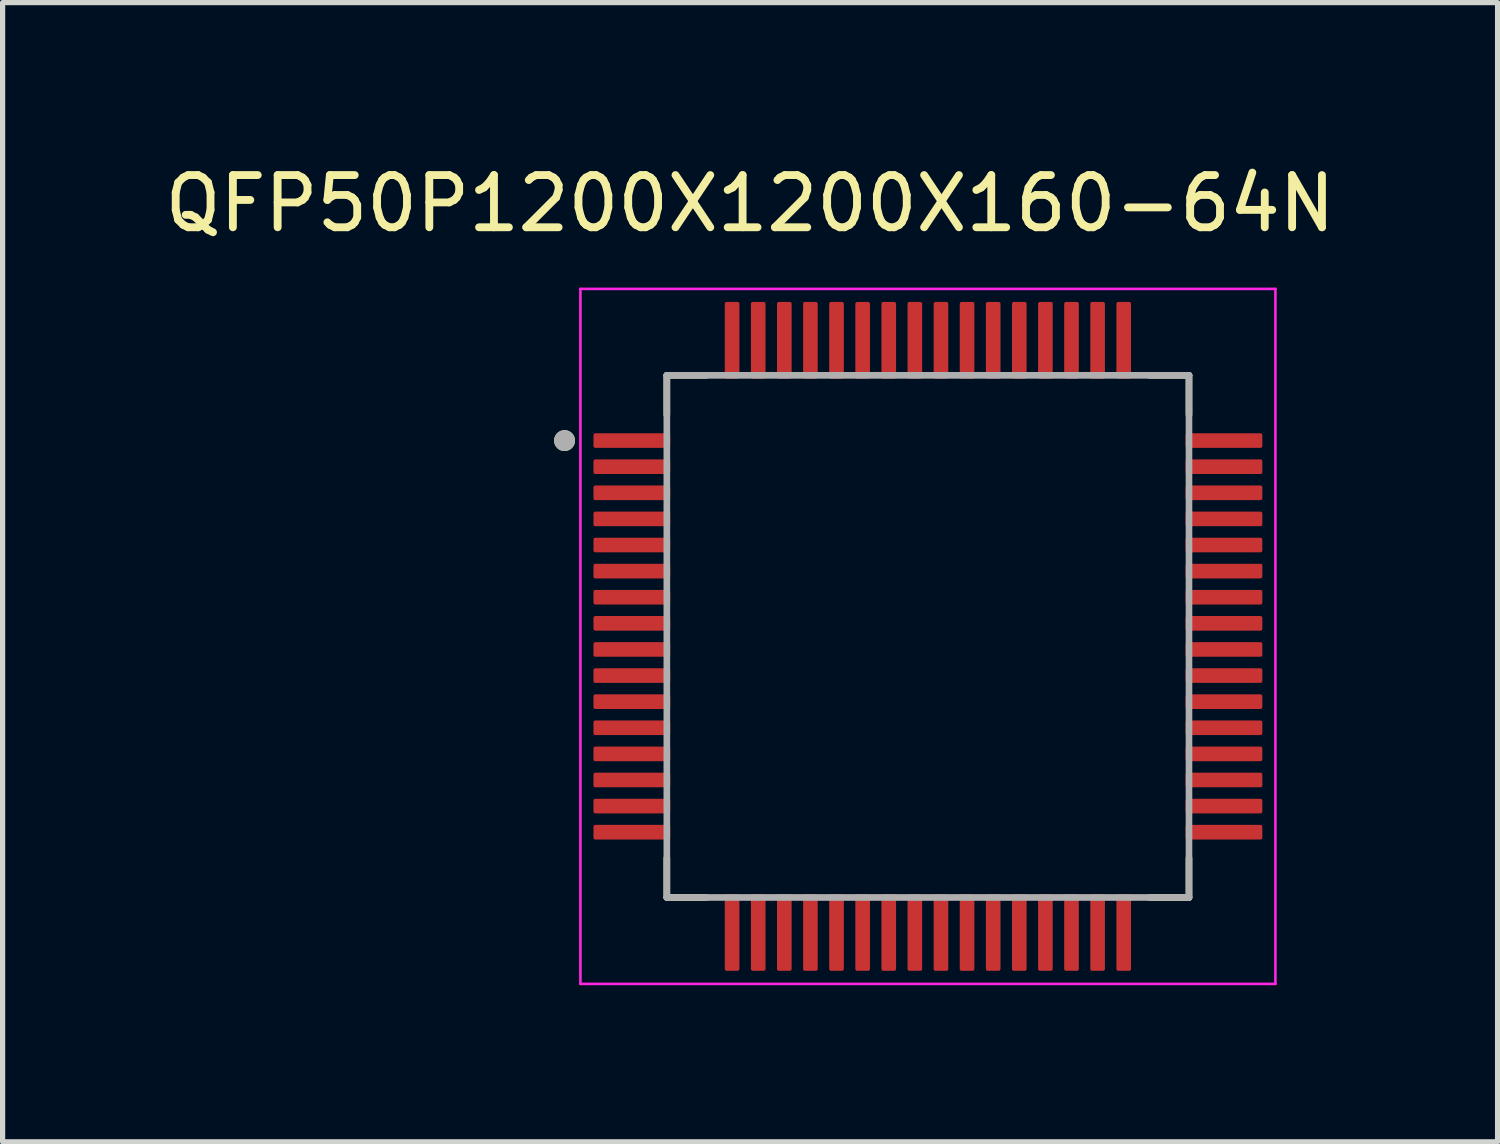
<source format=kicad_pcb>
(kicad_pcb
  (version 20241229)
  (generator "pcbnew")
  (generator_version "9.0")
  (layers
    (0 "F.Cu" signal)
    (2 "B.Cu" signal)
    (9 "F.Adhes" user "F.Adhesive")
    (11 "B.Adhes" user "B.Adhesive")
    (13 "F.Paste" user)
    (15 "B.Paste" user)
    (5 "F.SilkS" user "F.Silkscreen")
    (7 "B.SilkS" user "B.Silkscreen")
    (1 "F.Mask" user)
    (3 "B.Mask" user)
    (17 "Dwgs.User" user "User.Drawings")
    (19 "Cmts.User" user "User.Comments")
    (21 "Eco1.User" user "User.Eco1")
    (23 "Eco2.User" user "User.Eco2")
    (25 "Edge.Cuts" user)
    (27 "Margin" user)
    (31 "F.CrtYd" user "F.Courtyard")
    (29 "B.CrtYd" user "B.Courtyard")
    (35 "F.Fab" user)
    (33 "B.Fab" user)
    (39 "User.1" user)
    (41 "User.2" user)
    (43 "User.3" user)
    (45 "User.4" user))
  (footprint "QFP50P1200X1200X160-64N"
    (layer "F.Cu")
    (at 14.721 9.138)
    (property "Reference" "QFP50P1200X1200X160-64N" (at -3.406 -8.29 0) (layer "F.SilkS") (effects (font (size 1 1) (thickness 0.15))))
    (attr smd)
    (fp_line (start -5 -5) (end -5 -4.245) (stroke (width 0.127) (type solid)) (layer "F.SilkS"))
    (fp_line (start -5 -5) (end -4.245 -5) (stroke (width 0.127) (type solid)) (layer "F.SilkS"))
    (fp_line (start -5 5) (end -5 4.245) (stroke (width 0.127) (type solid)) (layer "F.SilkS"))
    (fp_line (start -5 5) (end -4.245 5) (stroke (width 0.127) (type solid)) (layer "F.SilkS"))
    (fp_line (start 5 -5) (end 4.245 -5) (stroke (width 0.127) (type solid)) (layer "F.SilkS"))
    (fp_line (start 5 -5) (end 5 -4.245) (stroke (width 0.127) (type solid)) (layer "F.SilkS"))
    (fp_line (start 5 5) (end 4.245 5) (stroke (width 0.127) (type solid)) (layer "F.SilkS"))
    (fp_line (start 5 5) (end 5 4.245) (stroke (width 0.127) (type solid)) (layer "F.SilkS"))
    (fp_circle (center -6.959 -3.75) (end -6.859 -3.75) (stroke (width 0.2) (type solid)) (fill no) (layer "F.SilkS"))
    (fp_line (start -6.655 -6.655) (end 6.655 -6.655) (stroke (width 0.05) (type solid)) (layer "F.CrtYd"))
    (fp_line (start -6.655 6.655) (end -6.655 -6.655) (stroke (width 0.05) (type solid)) (layer "F.CrtYd"))
    (fp_line (start -6.655 6.655) (end 6.655 6.655) (stroke (width 0.05) (type solid)) (layer "F.CrtYd"))
    (fp_line (start 6.655 6.655) (end 6.655 -6.655) (stroke (width 0.05) (type solid)) (layer "F.CrtYd"))
    (fp_line (start -5 5) (end -5 -5) (stroke (width 0.127) (type solid)) (layer "F.Fab"))
    (fp_line (start 5 -5) (end -5 -5) (stroke (width 0.127) (type solid)) (layer "F.Fab"))
    (fp_line (start 5 5) (end -5 5) (stroke (width 0.127) (type solid)) (layer "F.Fab"))
    (fp_line (start 5 5) (end 5 -5) (stroke (width 0.127) (type solid)) (layer "F.Fab"))
    (fp_circle (center -6.959 -3.75) (end -6.859 -3.75) (stroke (width 0.2) (type solid)) (fill no) (layer "F.Fab"))
    (pad "1" smd roundrect (at -5.67 -3.75) (size 1.47 0.28) (layers "F.Cu" "F.Mask" "F.Paste") (roundrect_rratio 0.125))
    (pad "2" smd roundrect (at -5.67 -3.25) (size 1.47 0.28) (layers "F.Cu" "F.Mask" "F.Paste") (roundrect_rratio 0.125))
    (pad "3" smd roundrect (at -5.67 -2.75) (size 1.47 0.28) (layers "F.Cu" "F.Mask" "F.Paste") (roundrect_rratio 0.125))
    (pad "4" smd roundrect (at -5.67 -2.25) (size 1.47 0.28) (layers "F.Cu" "F.Mask" "F.Paste") (roundrect_rratio 0.125))
    (pad "5" smd roundrect (at -5.67 -1.75) (size 1.47 0.28) (layers "F.Cu" "F.Mask" "F.Paste") (roundrect_rratio 0.125))
    (pad "6" smd roundrect (at -5.67 -1.25) (size 1.47 0.28) (layers "F.Cu" "F.Mask" "F.Paste") (roundrect_rratio 0.125))
    (pad "7" smd roundrect (at -5.67 -0.75) (size 1.47 0.28) (layers "F.Cu" "F.Mask" "F.Paste") (roundrect_rratio 0.125))
    (pad "8" smd roundrect (at -5.67 -0.25) (size 1.47 0.28) (layers "F.Cu" "F.Mask" "F.Paste") (roundrect_rratio 0.125))
    (pad "9" smd roundrect (at -5.67 0.25) (size 1.47 0.28) (layers "F.Cu" "F.Mask" "F.Paste") (roundrect_rratio 0.125))
    (pad "10" smd roundrect (at -5.67 0.75) (size 1.47 0.28) (layers "F.Cu" "F.Mask" "F.Paste") (roundrect_rratio 0.125))
    (pad "11" smd roundrect (at -5.67 1.25) (size 1.47 0.28) (layers "F.Cu" "F.Mask" "F.Paste") (roundrect_rratio 0.125))
    (pad "12" smd roundrect (at -5.67 1.75) (size 1.47 0.28) (layers "F.Cu" "F.Mask" "F.Paste") (roundrect_rratio 0.125))
    (pad "13" smd roundrect (at -5.67 2.25) (size 1.47 0.28) (layers "F.Cu" "F.Mask" "F.Paste") (roundrect_rratio 0.125))
    (pad "14" smd roundrect (at -5.67 2.75) (size 1.47 0.28) (layers "F.Cu" "F.Mask" "F.Paste") (roundrect_rratio 0.125))
    (pad "15" smd roundrect (at -5.67 3.25) (size 1.47 0.28) (layers "F.Cu" "F.Mask" "F.Paste") (roundrect_rratio 0.125))
    (pad "16" smd roundrect (at -5.67 3.75) (size 1.47 0.28) (layers "F.Cu" "F.Mask" "F.Paste") (roundrect_rratio 0.125))
    (pad "17" smd roundrect (at -3.75 5.67) (size 0.28 1.47) (layers "F.Cu" "F.Mask" "F.Paste") (roundrect_rratio 0.125))
    (pad "18" smd roundrect (at -3.25 5.67) (size 0.28 1.47) (layers "F.Cu" "F.Mask" "F.Paste") (roundrect_rratio 0.125))
    (pad "19" smd roundrect (at -2.75 5.67) (size 0.28 1.47) (layers "F.Cu" "F.Mask" "F.Paste") (roundrect_rratio 0.125))
    (pad "20" smd roundrect (at -2.25 5.67) (size 0.28 1.47) (layers "F.Cu" "F.Mask" "F.Paste") (roundrect_rratio 0.125))
    (pad "21" smd roundrect (at -1.75 5.67) (size 0.28 1.47) (layers "F.Cu" "F.Mask" "F.Paste") (roundrect_rratio 0.125))
    (pad "22" smd roundrect (at -1.25 5.67) (size 0.28 1.47) (layers "F.Cu" "F.Mask" "F.Paste") (roundrect_rratio 0.125))
    (pad "23" smd roundrect (at -0.75 5.67) (size 0.28 1.47) (layers "F.Cu" "F.Mask" "F.Paste") (roundrect_rratio 0.125))
    (pad "24" smd roundrect (at -0.25 5.67) (size 0.28 1.47) (layers "F.Cu" "F.Mask" "F.Paste") (roundrect_rratio 0.125))
    (pad "25" smd roundrect (at 0.25 5.67) (size 0.28 1.47) (layers "F.Cu" "F.Mask" "F.Paste") (roundrect_rratio 0.125))
    (pad "26" smd roundrect (at 0.75 5.67) (size 0.28 1.47) (layers "F.Cu" "F.Mask" "F.Paste") (roundrect_rratio 0.125))
    (pad "27" smd roundrect (at 1.25 5.67) (size 0.28 1.47) (layers "F.Cu" "F.Mask" "F.Paste") (roundrect_rratio 0.125))
    (pad "28" smd roundrect (at 1.75 5.67) (size 0.28 1.47) (layers "F.Cu" "F.Mask" "F.Paste") (roundrect_rratio 0.125))
    (pad "29" smd roundrect (at 2.25 5.67) (size 0.28 1.47) (layers "F.Cu" "F.Mask" "F.Paste") (roundrect_rratio 0.125))
    (pad "30" smd roundrect (at 2.75 5.67) (size 0.28 1.47) (layers "F.Cu" "F.Mask" "F.Paste") (roundrect_rratio 0.125))
    (pad "31" smd roundrect (at 3.25 5.67) (size 0.28 1.47) (layers "F.Cu" "F.Mask" "F.Paste") (roundrect_rratio 0.125))
    (pad "32" smd roundrect (at 3.75 5.67) (size 0.28 1.47) (layers "F.Cu" "F.Mask" "F.Paste") (roundrect_rratio 0.125))
    (pad "33" smd roundrect (at 5.67 3.75) (size 1.47 0.28) (layers "F.Cu" "F.Mask" "F.Paste") (roundrect_rratio 0.125))
    (pad "34" smd roundrect (at 5.67 3.25) (size 1.47 0.28) (layers "F.Cu" "F.Mask" "F.Paste") (roundrect_rratio 0.125))
    (pad "35" smd roundrect (at 5.67 2.75) (size 1.47 0.28) (layers "F.Cu" "F.Mask" "F.Paste") (roundrect_rratio 0.125))
    (pad "36" smd roundrect (at 5.67 2.25) (size 1.47 0.28) (layers "F.Cu" "F.Mask" "F.Paste") (roundrect_rratio 0.125))
    (pad "37" smd roundrect (at 5.67 1.75) (size 1.47 0.28) (layers "F.Cu" "F.Mask" "F.Paste") (roundrect_rratio 0.125))
    (pad "38" smd roundrect (at 5.67 1.25) (size 1.47 0.28) (layers "F.Cu" "F.Mask" "F.Paste") (roundrect_rratio 0.125))
    (pad "39" smd roundrect (at 5.67 0.75) (size 1.47 0.28) (layers "F.Cu" "F.Mask" "F.Paste") (roundrect_rratio 0.125))
    (pad "40" smd roundrect (at 5.67 0.25) (size 1.47 0.28) (layers "F.Cu" "F.Mask" "F.Paste") (roundrect_rratio 0.125))
    (pad "41" smd roundrect (at 5.67 -0.25) (size 1.47 0.28) (layers "F.Cu" "F.Mask" "F.Paste") (roundrect_rratio 0.125))
    (pad "42" smd roundrect (at 5.67 -0.75) (size 1.47 0.28) (layers "F.Cu" "F.Mask" "F.Paste") (roundrect_rratio 0.125))
    (pad "43" smd roundrect (at 5.67 -1.25) (size 1.47 0.28) (layers "F.Cu" "F.Mask" "F.Paste") (roundrect_rratio 0.125))
    (pad "44" smd roundrect (at 5.67 -1.75) (size 1.47 0.28) (layers "F.Cu" "F.Mask" "F.Paste") (roundrect_rratio 0.125))
    (pad "45" smd roundrect (at 5.67 -2.25) (size 1.47 0.28) (layers "F.Cu" "F.Mask" "F.Paste") (roundrect_rratio 0.125))
    (pad "46" smd roundrect (at 5.67 -2.75) (size 1.47 0.28) (layers "F.Cu" "F.Mask" "F.Paste") (roundrect_rratio 0.125))
    (pad "47" smd roundrect (at 5.67 -3.25) (size 1.47 0.28) (layers "F.Cu" "F.Mask" "F.Paste") (roundrect_rratio 0.125))
    (pad "48" smd roundrect (at 5.67 -3.75) (size 1.47 0.28) (layers "F.Cu" "F.Mask" "F.Paste") (roundrect_rratio 0.125))
    (pad "49" smd roundrect (at 3.75 -5.67) (size 0.28 1.47) (layers "F.Cu" "F.Mask" "F.Paste") (roundrect_rratio 0.125))
    (pad "50" smd roundrect (at 3.25 -5.67) (size 0.28 1.47) (layers "F.Cu" "F.Mask" "F.Paste") (roundrect_rratio 0.125))
    (pad "51" smd roundrect (at 2.75 -5.67) (size 0.28 1.47) (layers "F.Cu" "F.Mask" "F.Paste") (roundrect_rratio 0.125))
    (pad "52" smd roundrect (at 2.25 -5.67) (size 0.28 1.47) (layers "F.Cu" "F.Mask" "F.Paste") (roundrect_rratio 0.125))
    (pad "53" smd roundrect (at 1.75 -5.67) (size 0.28 1.47) (layers "F.Cu" "F.Mask" "F.Paste") (roundrect_rratio 0.125))
    (pad "54" smd roundrect (at 1.25 -5.67) (size 0.28 1.47) (layers "F.Cu" "F.Mask" "F.Paste") (roundrect_rratio 0.125))
    (pad "55" smd roundrect (at 0.75 -5.67) (size 0.28 1.47) (layers "F.Cu" "F.Mask" "F.Paste") (roundrect_rratio 0.125))
    (pad "56" smd roundrect (at 0.25 -5.67) (size 0.28 1.47) (layers "F.Cu" "F.Mask" "F.Paste") (roundrect_rratio 0.125))
    (pad "57" smd roundrect (at -0.25 -5.67) (size 0.28 1.47) (layers "F.Cu" "F.Mask" "F.Paste") (roundrect_rratio 0.125))
    (pad "58" smd roundrect (at -0.75 -5.67) (size 0.28 1.47) (layers "F.Cu" "F.Mask" "F.Paste") (roundrect_rratio 0.125))
    (pad "59" smd roundrect (at -1.25 -5.67) (size 0.28 1.47) (layers "F.Cu" "F.Mask" "F.Paste") (roundrect_rratio 0.125))
    (pad "60" smd roundrect (at -1.75 -5.67) (size 0.28 1.47) (layers "F.Cu" "F.Mask" "F.Paste") (roundrect_rratio 0.125))
    (pad "61" smd roundrect (at -2.25 -5.67) (size 0.28 1.47) (layers "F.Cu" "F.Mask" "F.Paste") (roundrect_rratio 0.125))
    (pad "62" smd roundrect (at -2.75 -5.67) (size 0.28 1.47) (layers "F.Cu" "F.Mask" "F.Paste") (roundrect_rratio 0.125))
    (pad "63" smd roundrect (at -3.25 -5.67) (size 0.28 1.47) (layers "F.Cu" "F.Mask" "F.Paste") (roundrect_rratio 0.125))
    (pad "64" smd roundrect (at -3.75 -5.67) (size 0.28 1.47) (layers "F.Cu" "F.Mask" "F.Paste") (roundrect_rratio 0.125)))
  (gr_rect
    (start -3 -3)
    (end 25.631 18.818)
    (stroke (width 0.1) (type default))
    (fill no)
    (layer "Edge.Cuts")))
</source>
